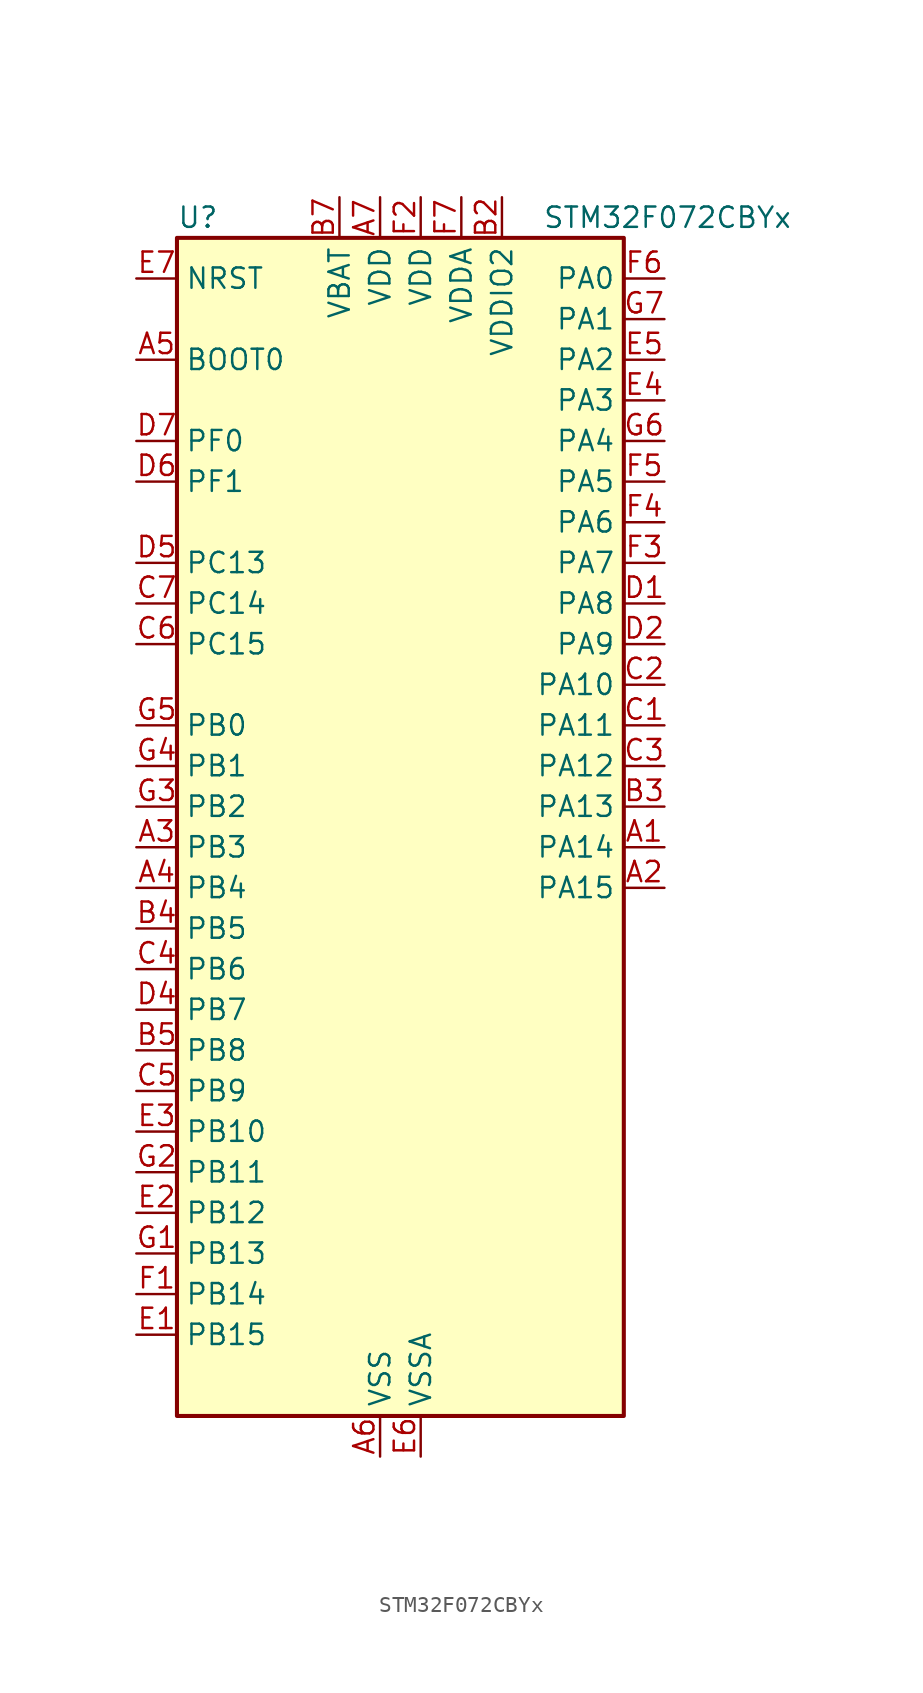
<source format=kicad_sym>
(kicad_symbol_lib
  (version 20231120)
  (generator "kicad_symbol_editor")
  (generator_version "8.0")
  (symbol "STM32F072CBYx"
    (property "Reference" "U"
      (at -12.7 39.37 0)
      (effects (font (size 1.27 1.27)) (justify left)))
    (property "Value" "STM32F072CBYx"
      (at 10.16 39.37 0)
      (effects (font (size 1.27 1.27)) (justify left)))
    (property "ki_locked" ""
      (at 0 0 0)
      (effects (font (size 1.27 1.27))))
    (symbol "STM32F072CBYx_0_1"
      (rectangle (start -12.7 -35.56) (end 15.24 38.1) (stroke (width 0.254) (type default)) (fill (type background))))
    (symbol "STM32F072CBYx_1_1"
      (pin bidirectional line (at 17.78 0 180) (length 2.54) (name "PA14" (effects (font (size 1.27 1.27)))) (number "A1" (effects (font (size 1.27 1.27)))) (alternate "SYS_SWCLK" bidirectional line) (alternate "USART2_TX" bidirectional line))
      (pin bidirectional line (at 17.78 -2.54 180) (length 2.54) (name "PA15" (effects (font (size 1.27 1.27)))) (number "A2" (effects (font (size 1.27 1.27)))) (alternate "I2S1_WS" bidirectional line) (alternate "SPI1_NSS" bidirectional line) (alternate "TIM2_CH1" bidirectional line) (alternate "TIM2_ETR" bidirectional line) (alternate "USART2_RX" bidirectional line) (alternate "USART4_DE" bidirectional line) (alternate "USART4_RTS" bidirectional line))
      (pin bidirectional line (at -15.24 0 0) (length 2.54) (name "PB3" (effects (font (size 1.27 1.27)))) (number "A3" (effects (font (size 1.27 1.27)))) (alternate "I2S1_CK" bidirectional line) (alternate "SPI1_SCK" bidirectional line) (alternate "TIM2_CH2" bidirectional line) (alternate "TSC_G5_IO1" bidirectional line))
      (pin bidirectional line (at -15.24 -2.54 0) (length 2.54) (name "PB4" (effects (font (size 1.27 1.27)))) (number "A4" (effects (font (size 1.27 1.27)))) (alternate "I2S1_MCK" bidirectional line) (alternate "SPI1_MISO" bidirectional line) (alternate "TIM17_BKIN" bidirectional line) (alternate "TIM3_CH1" bidirectional line) (alternate "TSC_G5_IO2" bidirectional line))
      (pin input line (at -15.24 30.48 0) (length 2.54) (name "BOOT0" (effects (font (size 1.27 1.27)))) (number "A5" (effects (font (size 1.27 1.27)))))
      (pin power_in line (at 0 -38.1 90) (length 2.54) (name "VSS" (effects (font (size 1.27 1.27)))) (number "A6" (effects (font (size 1.27 1.27)))))
      (pin power_in line (at 0 40.64 270) (length 2.54) (name "VDD" (effects (font (size 1.27 1.27)))) (number "A7" (effects (font (size 1.27 1.27)))))
      (pin passive line (at 0 -38.1 90) (length 2.54) hide (name "VSS" (effects (font (size 1.27 1.27)))) (number "B1" (effects (font (size 1.27 1.27)))))
      (pin power_in line (at 7.62 40.64 270) (length 2.54) (name "VDDIO2" (effects (font (size 1.27 1.27)))) (number "B2" (effects (font (size 1.27 1.27)))))
      (pin bidirectional line (at 17.78 2.54 180) (length 2.54) (name "PA13" (effects (font (size 1.27 1.27)))) (number "B3" (effects (font (size 1.27 1.27)))) (alternate "IR_OUT" bidirectional line) (alternate "SYS_SWDIO" bidirectional line) (alternate "USB_NOE" bidirectional line))
      (pin bidirectional line (at -15.24 -5.08 0) (length 2.54) (name "PB5" (effects (font (size 1.27 1.27)))) (number "B4" (effects (font (size 1.27 1.27)))) (alternate "I2C1_SMBA" bidirectional line) (alternate "I2S1_SD" bidirectional line) (alternate "SPI1_MOSI" bidirectional line) (alternate "SYS_WKUP6" bidirectional line) (alternate "TIM16_BKIN" bidirectional line) (alternate "TIM3_CH2" bidirectional line))
      (pin bidirectional line (at -15.24 -12.7 0) (length 2.54) (name "PB8" (effects (font (size 1.27 1.27)))) (number "B5" (effects (font (size 1.27 1.27)))) (alternate "CAN_RX" bidirectional line) (alternate "CEC" bidirectional line) (alternate "I2C1_SCL" bidirectional line) (alternate "TIM16_CH1" bidirectional line) (alternate "TSC_SYNC" bidirectional line))
      (pin no_connect line (at -12.7 -35.56 0) (length 2.54) hide (name "NC" (effects (font (size 1.27 1.27)))) (number "B6" (effects (font (size 1.27 1.27)))))
      (pin power_in line (at -2.54 40.64 270) (length 2.54) (name "VBAT" (effects (font (size 1.27 1.27)))) (number "B7" (effects (font (size 1.27 1.27)))))
      (pin bidirectional line (at 17.78 7.62 180) (length 2.54) (name "PA11" (effects (font (size 1.27 1.27)))) (number "C1" (effects (font (size 1.27 1.27)))) (alternate "CAN_RX" bidirectional line) (alternate "COMP1_OUT" bidirectional line) (alternate "TIM1_CH4" bidirectional line) (alternate "TSC_G4_IO3" bidirectional line) (alternate "USART1_CTS" bidirectional line) (alternate "USB_DM" bidirectional line))
      (pin bidirectional line (at 17.78 10.16 180) (length 2.54) (name "PA10" (effects (font (size 1.27 1.27)))) (number "C2" (effects (font (size 1.27 1.27)))) (alternate "TIM17_BKIN" bidirectional line) (alternate "TIM1_CH3" bidirectional line) (alternate "TSC_G4_IO2" bidirectional line) (alternate "USART1_RX" bidirectional line))
      (pin bidirectional line (at 17.78 5.08 180) (length 2.54) (name "PA12" (effects (font (size 1.27 1.27)))) (number "C3" (effects (font (size 1.27 1.27)))) (alternate "CAN_TX" bidirectional line) (alternate "COMP2_OUT" bidirectional line) (alternate "TIM1_ETR" bidirectional line) (alternate "TSC_G4_IO4" bidirectional line) (alternate "USART1_DE" bidirectional line) (alternate "USART1_RTS" bidirectional line) (alternate "USB_DP" bidirectional line))
      (pin bidirectional line (at -15.24 -7.62 0) (length 2.54) (name "PB6" (effects (font (size 1.27 1.27)))) (number "C4" (effects (font (size 1.27 1.27)))) (alternate "I2C1_SCL" bidirectional line) (alternate "TIM16_CH1N" bidirectional line) (alternate "TSC_G5_IO3" bidirectional line) (alternate "USART1_TX" bidirectional line))
      (pin bidirectional line (at -15.24 -15.24 0) (length 2.54) (name "PB9" (effects (font (size 1.27 1.27)))) (number "C5" (effects (font (size 1.27 1.27)))) (alternate "CAN_TX" bidirectional line) (alternate "DAC_EXTI9" bidirectional line) (alternate "I2C1_SDA" bidirectional line) (alternate "I2S2_WS" bidirectional line) (alternate "IR_OUT" bidirectional line) (alternate "SPI2_NSS" bidirectional line) (alternate "TIM17_CH1" bidirectional line))
      (pin bidirectional line (at -15.24 12.7 0) (length 2.54) (name "PC15" (effects (font (size 1.27 1.27)))) (number "C6" (effects (font (size 1.27 1.27)))) (alternate "RCC_OSC32_OUT" bidirectional line))
      (pin bidirectional line (at -15.24 15.24 0) (length 2.54) (name "PC14" (effects (font (size 1.27 1.27)))) (number "C7" (effects (font (size 1.27 1.27)))) (alternate "RCC_OSC32_IN" bidirectional line))
      (pin bidirectional line (at 17.78 15.24 180) (length 2.54) (name "PA8" (effects (font (size 1.27 1.27)))) (number "D1" (effects (font (size 1.27 1.27)))) (alternate "CRS_SYNC" bidirectional line) (alternate "RCC_MCO" bidirectional line) (alternate "TIM1_CH1" bidirectional line) (alternate "USART1_CK" bidirectional line))
      (pin bidirectional line (at 17.78 12.7 180) (length 2.54) (name "PA9" (effects (font (size 1.27 1.27)))) (number "D2" (effects (font (size 1.27 1.27)))) (alternate "DAC_EXTI9" bidirectional line) (alternate "TIM15_BKIN" bidirectional line) (alternate "TIM1_CH2" bidirectional line) (alternate "TSC_G4_IO1" bidirectional line) (alternate "USART1_TX" bidirectional line))
      (pin passive line (at 0 -38.1 90) (length 2.54) hide (name "VSS" (effects (font (size 1.27 1.27)))) (number "D3" (effects (font (size 1.27 1.27)))))
      (pin bidirectional line (at -15.24 -10.16 0) (length 2.54) (name "PB7" (effects (font (size 1.27 1.27)))) (number "D4" (effects (font (size 1.27 1.27)))) (alternate "I2C1_SDA" bidirectional line) (alternate "TIM17_CH1N" bidirectional line) (alternate "TSC_G5_IO4" bidirectional line) (alternate "USART1_RX" bidirectional line) (alternate "USART4_CTS" bidirectional line))
      (pin bidirectional line (at -15.24 17.78 0) (length 2.54) (name "PC13" (effects (font (size 1.27 1.27)))) (number "D5" (effects (font (size 1.27 1.27)))) (alternate "RTC_OUT_ALARM" bidirectional line) (alternate "RTC_OUT_CALIB" bidirectional line) (alternate "RTC_TAMP1" bidirectional line) (alternate "RTC_TS" bidirectional line) (alternate "SYS_WKUP2" bidirectional line))
      (pin bidirectional line (at -15.24 22.86 0) (length 2.54) (name "PF1" (effects (font (size 1.27 1.27)))) (number "D6" (effects (font (size 1.27 1.27)))) (alternate "RCC_OSC_OUT" bidirectional line))
      (pin bidirectional line (at -15.24 25.4 0) (length 2.54) (name "PF0" (effects (font (size 1.27 1.27)))) (number "D7" (effects (font (size 1.27 1.27)))) (alternate "CRS_SYNC" bidirectional line) (alternate "RCC_OSC_IN" bidirectional line))
      (pin bidirectional line (at -15.24 -30.48 0) (length 2.54) (name "PB15" (effects (font (size 1.27 1.27)))) (number "E1" (effects (font (size 1.27 1.27)))) (alternate "I2S2_SD" bidirectional line) (alternate "RTC_REFIN" bidirectional line) (alternate "SPI2_MOSI" bidirectional line) (alternate "SYS_WKUP7" bidirectional line) (alternate "TIM15_CH1N" bidirectional line) (alternate "TIM15_CH2" bidirectional line) (alternate "TIM1_CH3N" bidirectional line))
      (pin bidirectional line (at -15.24 -22.86 0) (length 2.54) (name "PB12" (effects (font (size 1.27 1.27)))) (number "E2" (effects (font (size 1.27 1.27)))) (alternate "I2S2_WS" bidirectional line) (alternate "SPI2_NSS" bidirectional line) (alternate "TIM15_BKIN" bidirectional line) (alternate "TIM1_BKIN" bidirectional line) (alternate "TSC_G6_IO2" bidirectional line) (alternate "USART3_CK" bidirectional line))
      (pin bidirectional line (at -15.24 -17.78 0) (length 2.54) (name "PB10" (effects (font (size 1.27 1.27)))) (number "E3" (effects (font (size 1.27 1.27)))) (alternate "CEC" bidirectional line) (alternate "I2C2_SCL" bidirectional line) (alternate "I2S2_CK" bidirectional line) (alternate "SPI2_SCK" bidirectional line) (alternate "TIM2_CH3" bidirectional line) (alternate "TSC_SYNC" bidirectional line) (alternate "USART3_TX" bidirectional line))
      (pin bidirectional line (at 17.78 27.94 180) (length 2.54) (name "PA3" (effects (font (size 1.27 1.27)))) (number "E4" (effects (font (size 1.27 1.27)))) (alternate "ADC_IN3" bidirectional line) (alternate "COMP2_INP" bidirectional line) (alternate "TIM15_CH2" bidirectional line) (alternate "TIM2_CH4" bidirectional line) (alternate "TSC_G1_IO4" bidirectional line) (alternate "USART2_RX" bidirectional line))
      (pin bidirectional line (at 17.78 30.48 180) (length 2.54) (name "PA2" (effects (font (size 1.27 1.27)))) (number "E5" (effects (font (size 1.27 1.27)))) (alternate "ADC_IN2" bidirectional line) (alternate "COMP2_INM" bidirectional line) (alternate "COMP2_OUT" bidirectional line) (alternate "SYS_WKUP4" bidirectional line) (alternate "TIM15_CH1" bidirectional line) (alternate "TIM2_CH3" bidirectional line) (alternate "TSC_G1_IO3" bidirectional line) (alternate "USART2_TX" bidirectional line))
      (pin power_in line (at 2.54 -38.1 90) (length 2.54) (name "VSSA" (effects (font (size 1.27 1.27)))) (number "E6" (effects (font (size 1.27 1.27)))))
      (pin input line (at -15.24 35.56 0) (length 2.54) (name "NRST" (effects (font (size 1.27 1.27)))) (number "E7" (effects (font (size 1.27 1.27)))))
      (pin bidirectional line (at -15.24 -27.94 0) (length 2.54) (name "PB14" (effects (font (size 1.27 1.27)))) (number "F1" (effects (font (size 1.27 1.27)))) (alternate "I2C2_SDA" bidirectional line) (alternate "I2S2_MCK" bidirectional line) (alternate "SPI2_MISO" bidirectional line) (alternate "TIM15_CH1" bidirectional line) (alternate "TIM1_CH2N" bidirectional line) (alternate "TSC_G6_IO4" bidirectional line) (alternate "USART3_DE" bidirectional line) (alternate "USART3_RTS" bidirectional line))
      (pin power_in line (at 2.54 40.64 270) (length 2.54) (name "VDD" (effects (font (size 1.27 1.27)))) (number "F2" (effects (font (size 1.27 1.27)))))
      (pin bidirectional line (at 17.78 17.78 180) (length 2.54) (name "PA7" (effects (font (size 1.27 1.27)))) (number "F3" (effects (font (size 1.27 1.27)))) (alternate "ADC_IN7" bidirectional line) (alternate "COMP2_OUT" bidirectional line) (alternate "I2S1_SD" bidirectional line) (alternate "SPI1_MOSI" bidirectional line) (alternate "TIM14_CH1" bidirectional line) (alternate "TIM17_CH1" bidirectional line) (alternate "TIM1_CH1N" bidirectional line) (alternate "TIM3_CH2" bidirectional line) (alternate "TSC_G2_IO4" bidirectional line))
      (pin bidirectional line (at 17.78 20.32 180) (length 2.54) (name "PA6" (effects (font (size 1.27 1.27)))) (number "F4" (effects (font (size 1.27 1.27)))) (alternate "ADC_IN6" bidirectional line) (alternate "COMP1_OUT" bidirectional line) (alternate "I2S1_MCK" bidirectional line) (alternate "SPI1_MISO" bidirectional line) (alternate "TIM16_CH1" bidirectional line) (alternate "TIM1_BKIN" bidirectional line) (alternate "TIM3_CH1" bidirectional line) (alternate "TSC_G2_IO3" bidirectional line) (alternate "USART3_CTS" bidirectional line))
      (pin bidirectional line (at 17.78 22.86 180) (length 2.54) (name "PA5" (effects (font (size 1.27 1.27)))) (number "F5" (effects (font (size 1.27 1.27)))) (alternate "ADC_IN5" bidirectional line) (alternate "CEC" bidirectional line) (alternate "COMP1_INM" bidirectional line) (alternate "COMP2_INM" bidirectional line) (alternate "DAC_OUT2" bidirectional line) (alternate "I2S1_CK" bidirectional line) (alternate "SPI1_SCK" bidirectional line) (alternate "TIM2_CH1" bidirectional line) (alternate "TIM2_ETR" bidirectional line) (alternate "TSC_G2_IO2" bidirectional line))
      (pin bidirectional line (at 17.78 35.56 180) (length 2.54) (name "PA0" (effects (font (size 1.27 1.27)))) (number "F6" (effects (font (size 1.27 1.27)))) (alternate "ADC_IN0" bidirectional line) (alternate "COMP1_INM" bidirectional line) (alternate "COMP1_OUT" bidirectional line) (alternate "RTC_TAMP2" bidirectional line) (alternate "SYS_WKUP1" bidirectional line) (alternate "TIM2_CH1" bidirectional line) (alternate "TIM2_ETR" bidirectional line) (alternate "TSC_G1_IO1" bidirectional line) (alternate "USART2_CTS" bidirectional line) (alternate "USART4_TX" bidirectional line))
      (pin power_in line (at 5.08 40.64 270) (length 2.54) (name "VDDA" (effects (font (size 1.27 1.27)))) (number "F7" (effects (font (size 1.27 1.27)))))
      (pin bidirectional line (at -15.24 -25.4 0) (length 2.54) (name "PB13" (effects (font (size 1.27 1.27)))) (number "G1" (effects (font (size 1.27 1.27)))) (alternate "I2C2_SCL" bidirectional line) (alternate "I2S2_CK" bidirectional line) (alternate "SPI2_SCK" bidirectional line) (alternate "TIM1_CH1N" bidirectional line) (alternate "TSC_G6_IO3" bidirectional line) (alternate "USART3_CTS" bidirectional line))
      (pin bidirectional line (at -15.24 -20.32 0) (length 2.54) (name "PB11" (effects (font (size 1.27 1.27)))) (number "G2" (effects (font (size 1.27 1.27)))) (alternate "I2C2_SDA" bidirectional line) (alternate "TIM2_CH4" bidirectional line) (alternate "TSC_G6_IO1" bidirectional line) (alternate "USART3_RX" bidirectional line))
      (pin bidirectional line (at -15.24 2.54 0) (length 2.54) (name "PB2" (effects (font (size 1.27 1.27)))) (number "G3" (effects (font (size 1.27 1.27)))) (alternate "TSC_G3_IO4" bidirectional line))
      (pin bidirectional line (at -15.24 5.08 0) (length 2.54) (name "PB1" (effects (font (size 1.27 1.27)))) (number "G4" (effects (font (size 1.27 1.27)))) (alternate "ADC_IN9" bidirectional line) (alternate "TIM14_CH1" bidirectional line) (alternate "TIM1_CH3N" bidirectional line) (alternate "TIM3_CH4" bidirectional line) (alternate "TSC_G3_IO3" bidirectional line) (alternate "USART3_DE" bidirectional line) (alternate "USART3_RTS" bidirectional line))
      (pin bidirectional line (at -15.24 7.62 0) (length 2.54) (name "PB0" (effects (font (size 1.27 1.27)))) (number "G5" (effects (font (size 1.27 1.27)))) (alternate "ADC_IN8" bidirectional line) (alternate "TIM1_CH2N" bidirectional line) (alternate "TIM3_CH3" bidirectional line) (alternate "TSC_G3_IO2" bidirectional line) (alternate "USART3_CK" bidirectional line))
      (pin bidirectional line (at 17.78 25.4 180) (length 2.54) (name "PA4" (effects (font (size 1.27 1.27)))) (number "G6" (effects (font (size 1.27 1.27)))) (alternate "ADC_IN4" bidirectional line) (alternate "COMP1_INM" bidirectional line) (alternate "COMP2_INM" bidirectional line) (alternate "DAC_OUT1" bidirectional line) (alternate "I2S1_WS" bidirectional line) (alternate "SPI1_NSS" bidirectional line) (alternate "TIM14_CH1" bidirectional line) (alternate "TSC_G2_IO1" bidirectional line) (alternate "USART2_CK" bidirectional line))
      (pin bidirectional line (at 17.78 33.02 180) (length 2.54) (name "PA1" (effects (font (size 1.27 1.27)))) (number "G7" (effects (font (size 1.27 1.27)))) (alternate "ADC_IN1" bidirectional line) (alternate "COMP1_INP" bidirectional line) (alternate "TIM15_CH1N" bidirectional line) (alternate "TIM2_CH2" bidirectional line) (alternate "TSC_G1_IO2" bidirectional line) (alternate "USART2_DE" bidirectional line) (alternate "USART2_RTS" bidirectional line) (alternate "USART4_RX" bidirectional line)))))
</source>
